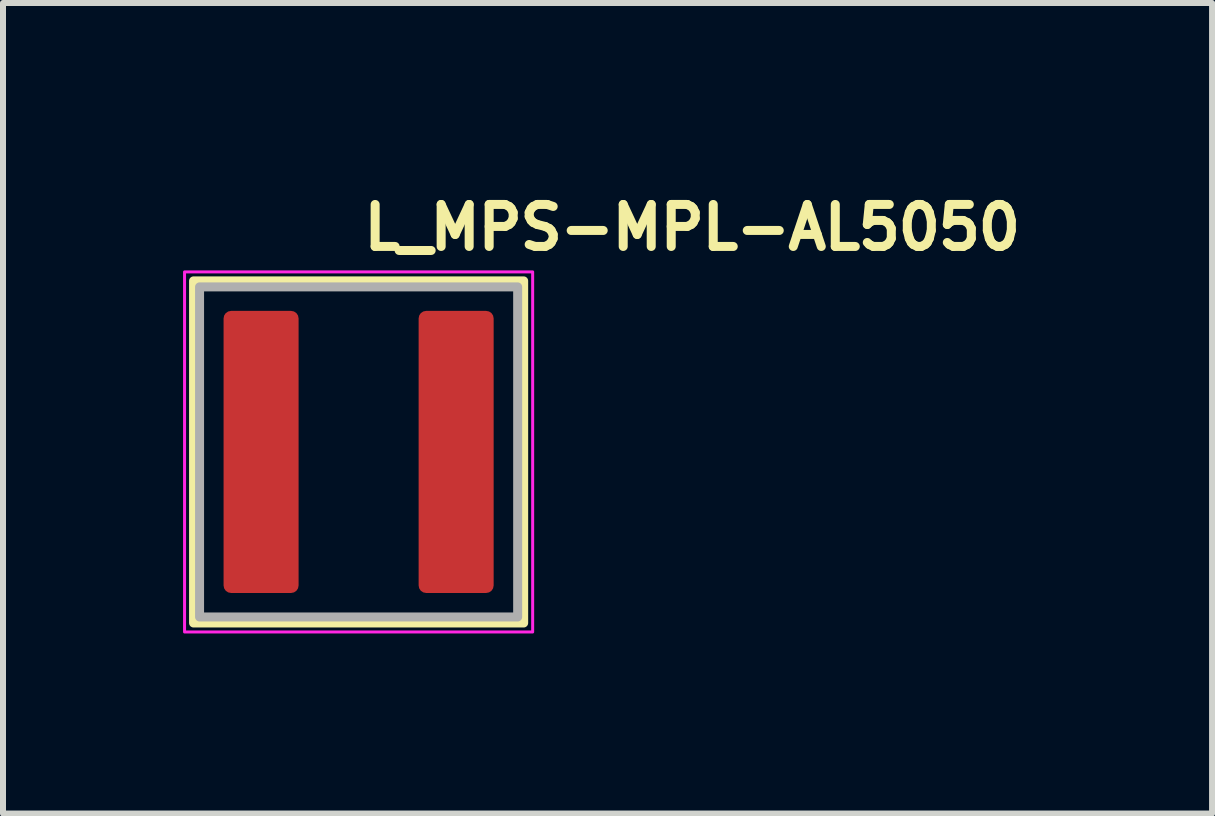
<source format=kicad_pcb>
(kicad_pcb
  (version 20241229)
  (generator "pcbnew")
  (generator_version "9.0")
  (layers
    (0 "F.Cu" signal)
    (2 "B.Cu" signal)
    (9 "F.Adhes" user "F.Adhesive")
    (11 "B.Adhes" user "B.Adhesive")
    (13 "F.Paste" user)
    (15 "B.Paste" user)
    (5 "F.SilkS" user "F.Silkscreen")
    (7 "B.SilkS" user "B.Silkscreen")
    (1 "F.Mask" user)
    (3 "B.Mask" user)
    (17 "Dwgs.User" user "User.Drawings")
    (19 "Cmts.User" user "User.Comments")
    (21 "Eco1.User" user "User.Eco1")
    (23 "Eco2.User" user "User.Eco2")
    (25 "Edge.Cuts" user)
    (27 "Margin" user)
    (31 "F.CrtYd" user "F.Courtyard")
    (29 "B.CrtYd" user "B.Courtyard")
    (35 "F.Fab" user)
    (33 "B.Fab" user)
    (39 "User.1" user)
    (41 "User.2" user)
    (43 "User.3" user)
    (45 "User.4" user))
  (footprint "L_MPS-MPL-AL5050"
    (layer "F.Cu")
    (at 2.925 4.48)
    (property "Reference" "L_MPS-MPL-AL5050" (at 0.01 -3.33 0) (layer "F.SilkS") (effects (font (size 0.7 0.7) (thickness 0.15)) (justify left bottom)))
    (attr smd)
    (fp_rect (start -2.75 -2.85) (end 2.75 2.85) (stroke (width 0.15) (type solid)) (fill no) (layer "F.SilkS"))
    (fp_rect (start -2.9 -3) (end 2.9 3) (stroke (width 0.05) (type solid)) (fill no) (layer "F.CrtYd"))
    (fp_rect (start -2.65 -2.75) (end 2.65 2.75) (stroke (width 0.15) (type solid)) (fill no) (layer "F.Fab"))
    (fp_rect (start -2.65 -2.75) (end 2.65 2.75) (stroke (width 0.1) (type solid)) (fill no) (layer "User.5"))
    (fp_line (start -2.65 -2.549) (end -2.65 2.549) (stroke (width 0.02) (type solid)) (layer "User.9"))
    (fp_line (start -2.65 2.549) (end -2.649 2.559) (stroke (width 0.02) (type solid)) (layer "User.9"))
    (fp_line (start -2.649 -2.569) (end -2.649 -2.559) (stroke (width 0.02) (type solid)) (layer "User.9"))
    (fp_line (start -2.649 -2.559) (end -2.65 -2.549) (stroke (width 0.02) (type solid)) (layer "User.9"))
    (fp_line (start -2.649 2.559) (end -2.649 2.569) (stroke (width 0.02) (type solid)) (layer "User.9"))
    (fp_line (start -2.649 2.569) (end -2.647 2.579) (stroke (width 0.02) (type solid)) (layer "User.9"))
    (fp_line (start -2.647 -2.579) (end -2.649 -2.569) (stroke (width 0.02) (type solid)) (layer "User.9"))
    (fp_line (start -2.647 2.579) (end -2.645 2.589) (stroke (width 0.02) (type solid)) (layer "User.9"))
    (fp_line (start -2.645 -2.589) (end -2.647 -2.579) (stroke (width 0.02) (type solid)) (layer "User.9"))
    (fp_line (start -2.645 2.589) (end -2.642 2.598) (stroke (width 0.02) (type solid)) (layer "User.9"))
    (fp_line (start -2.642 -2.598) (end -2.645 -2.589) (stroke (width 0.02) (type solid)) (layer "User.9"))
    (fp_line (start -2.642 2.598) (end -2.641 2.608) (stroke (width 0.02) (type solid)) (layer "User.9"))
    (fp_line (start -2.641 -2.608) (end -2.642 -2.598) (stroke (width 0.02) (type solid)) (layer "User.9"))
    (fp_line (start -2.641 2.608) (end -2.637 2.617) (stroke (width 0.02) (type solid)) (layer "User.9"))
    (fp_line (start -2.637 -2.617) (end -2.641 -2.608) (stroke (width 0.02) (type solid)) (layer "User.9"))
    (fp_line (start -2.637 2.617) (end -2.633 2.626) (stroke (width 0.02) (type solid)) (layer "User.9"))
    (fp_line (start -2.633 -2.626) (end -2.637 -2.617) (stroke (width 0.02) (type solid)) (layer "User.9"))
    (fp_line (start -2.633 2.626) (end -2.629 2.634) (stroke (width 0.02) (type solid)) (layer "User.9"))
    (fp_line (start -2.629 -2.634) (end -2.633 -2.626) (stroke (width 0.02) (type solid)) (layer "User.9"))
    (fp_line (start -2.629 2.634) (end -2.625 2.644) (stroke (width 0.02) (type solid)) (layer "User.9"))
    (fp_line (start -2.625 -2.644) (end -2.629 -2.634) (stroke (width 0.02) (type solid)) (layer "User.9"))
    (fp_line (start -2.625 2.644) (end -2.621 2.652) (stroke (width 0.02) (type solid)) (layer "User.9"))
    (fp_line (start -2.621 -2.652) (end -2.625 -2.644) (stroke (width 0.02) (type solid)) (layer "User.9"))
    (fp_line (start -2.621 2.652) (end -2.616 2.66) (stroke (width 0.02) (type solid)) (layer "User.9"))
    (fp_line (start -2.616 -2.66) (end -2.621 -2.652) (stroke (width 0.02) (type solid)) (layer "User.9"))
    (fp_line (start -2.616 2.66) (end -2.609 2.668) (stroke (width 0.02) (type solid)) (layer "User.9"))
    (fp_line (start -2.609 -2.668) (end -2.616 -2.66) (stroke (width 0.02) (type solid)) (layer "User.9"))
    (fp_line (start -2.609 2.668) (end -2.604 2.676) (stroke (width 0.02) (type solid)) (layer "User.9"))
    (fp_line (start -2.604 -2.676) (end -2.609 -2.668) (stroke (width 0.02) (type solid)) (layer "User.9"))
    (fp_line (start -2.604 2.676) (end -2.597 2.684) (stroke (width 0.02) (type solid)) (layer "User.9"))
    (fp_line (start -2.597 -2.684) (end -2.604 -2.676) (stroke (width 0.02) (type solid)) (layer "User.9"))
    (fp_line (start -2.597 2.684) (end -2.591 2.691) (stroke (width 0.02) (type solid)) (layer "User.9"))
    (fp_line (start -2.591 -2.691) (end -2.597 -2.684) (stroke (width 0.02) (type solid)) (layer "User.9"))
    (fp_line (start -2.591 -2.691) (end -2.591 -2.691) (stroke (width 0.02) (type solid)) (layer "User.9"))
    (fp_line (start -2.591 2.691) (end -2.591 2.691) (stroke (width 0.02) (type solid)) (layer "User.9"))
    (fp_line (start -2.591 2.691) (end -2.584 2.698) (stroke (width 0.02) (type solid)) (layer "User.9"))
    (fp_line (start -2.584 -2.698) (end -2.591 -2.691) (stroke (width 0.02) (type solid)) (layer "User.9"))
    (fp_line (start -2.584 2.698) (end -2.576 2.704) (stroke (width 0.02) (type solid)) (layer "User.9"))
    (fp_line (start -2.576 -2.704) (end -2.584 -2.698) (stroke (width 0.02) (type solid)) (layer "User.9"))
    (fp_line (start -2.576 2.704) (end -2.568 2.71) (stroke (width 0.02) (type solid)) (layer "User.9"))
    (fp_line (start -2.568 -2.71) (end -2.576 -2.704) (stroke (width 0.02) (type solid)) (layer "User.9"))
    (fp_line (start -2.568 2.71) (end -2.56 2.716) (stroke (width 0.02) (type solid)) (layer "User.9"))
    (fp_line (start -2.56 -2.716) (end -2.568 -2.71) (stroke (width 0.02) (type solid)) (layer "User.9"))
    (fp_line (start -2.56 2.716) (end -2.552 2.721) (stroke (width 0.02) (type solid)) (layer "User.9"))
    (fp_line (start -2.552 -2.721) (end -2.56 -2.716) (stroke (width 0.02) (type solid)) (layer "User.9"))
    (fp_line (start -2.552 2.721) (end -2.544 2.726) (stroke (width 0.02) (type solid)) (layer "User.9"))
    (fp_line (start -2.544 -2.726) (end -2.552 -2.721) (stroke (width 0.02) (type solid)) (layer "User.9"))
    (fp_line (start -2.544 2.726) (end -2.535 2.73) (stroke (width 0.02) (type solid)) (layer "User.9"))
    (fp_line (start -2.535 -2.73) (end -2.544 -2.726) (stroke (width 0.02) (type solid)) (layer "User.9"))
    (fp_line (start -2.535 2.73) (end -2.525 2.734) (stroke (width 0.02) (type solid)) (layer "User.9"))
    (fp_line (start -2.525 -2.734) (end -2.535 -2.73) (stroke (width 0.02) (type solid)) (layer "User.9"))
    (fp_line (start -2.525 2.734) (end -2.516 2.738) (stroke (width 0.02) (type solid)) (layer "User.9"))
    (fp_line (start -2.516 -2.738) (end -2.525 -2.734) (stroke (width 0.02) (type solid)) (layer "User.9"))
    (fp_line (start -2.516 2.738) (end -2.508 2.741) (stroke (width 0.02) (type solid)) (layer "User.9"))
    (fp_line (start -2.508 -2.741) (end -2.516 -2.738) (stroke (width 0.02) (type solid)) (layer "User.9"))
    (fp_line (start -2.508 2.741) (end -2.498 2.743) (stroke (width 0.02) (type solid)) (layer "User.9"))
    (fp_line (start -2.498 -2.743) (end -2.508 -2.741) (stroke (width 0.02) (type solid)) (layer "User.9"))
    (fp_line (start -2.498 2.743) (end -2.488 2.746) (stroke (width 0.02) (type solid)) (layer "User.9"))
    (fp_line (start -2.488 -2.746) (end -2.498 -2.743) (stroke (width 0.02) (type solid)) (layer "User.9"))
    (fp_line (start -2.488 2.746) (end -2.479 2.747) (stroke (width 0.02) (type solid)) (layer "User.9"))
    (fp_line (start -2.479 -2.747) (end -2.488 -2.746) (stroke (width 0.02) (type solid)) (layer "User.9"))
    (fp_line (start -2.479 2.747) (end -2.468 2.749) (stroke (width 0.02) (type solid)) (layer "User.9"))
    (fp_line (start -2.468 -2.749) (end -2.479 -2.747) (stroke (width 0.02) (type solid)) (layer "User.9"))
    (fp_line (start -2.468 2.749) (end -2.459 2.749) (stroke (width 0.02) (type solid)) (layer "User.9"))
    (fp_line (start -2.459 -2.749) (end -2.468 -2.749) (stroke (width 0.02) (type solid)) (layer "User.9"))
    (fp_line (start -2.459 2.749) (end -2.45 2.75) (stroke (width 0.02) (type solid)) (layer "User.9"))
    (fp_line (start -2.45 -2.75) (end -2.459 -2.749) (stroke (width 0.02) (type solid)) (layer "User.9"))
    (fp_line (start -2.45 2.75) (end 2.45 2.75) (stroke (width 0.02) (type solid)) (layer "User.9"))
    (fp_line (start 2.45 -2.75) (end -2.45 -2.75) (stroke (width 0.02) (type solid)) (layer "User.9"))
    (fp_line (start 2.45 2.75) (end 2.458 2.749) (stroke (width 0.02) (type solid)) (layer "User.9"))
    (fp_line (start 2.458 -2.749) (end 2.45 -2.75) (stroke (width 0.02) (type solid)) (layer "User.9"))
    (fp_line (start 2.458 2.749) (end 2.468 2.749) (stroke (width 0.02) (type solid)) (layer "User.9"))
    (fp_line (start 2.468 -2.749) (end 2.458 -2.749) (stroke (width 0.02) (type solid)) (layer "User.9"))
    (fp_line (start 2.468 2.749) (end 2.479 2.747) (stroke (width 0.02) (type solid)) (layer "User.9"))
    (fp_line (start 2.479 -2.747) (end 2.468 -2.749) (stroke (width 0.02) (type solid)) (layer "User.9"))
    (fp_line (start 2.479 2.747) (end 2.489 2.746) (stroke (width 0.02) (type solid)) (layer "User.9"))
    (fp_line (start 2.489 -2.746) (end 2.479 -2.747) (stroke (width 0.02) (type solid)) (layer "User.9"))
    (fp_line (start 2.489 2.746) (end 2.498 2.743) (stroke (width 0.02) (type solid)) (layer "User.9"))
    (fp_line (start 2.498 -2.743) (end 2.489 -2.746) (stroke (width 0.02) (type solid)) (layer "User.9"))
    (fp_line (start 2.498 2.743) (end 2.508 2.741) (stroke (width 0.02) (type solid)) (layer "User.9"))
    (fp_line (start 2.508 -2.741) (end 2.498 -2.743) (stroke (width 0.02) (type solid)) (layer "User.9"))
    (fp_line (start 2.508 2.741) (end 2.516 2.738) (stroke (width 0.02) (type solid)) (layer "User.9"))
    (fp_line (start 2.516 -2.738) (end 2.508 -2.741) (stroke (width 0.02) (type solid)) (layer "User.9"))
    (fp_line (start 2.516 2.738) (end 2.525 2.734) (stroke (width 0.02) (type solid)) (layer "User.9"))
    (fp_line (start 2.525 -2.734) (end 2.516 -2.738) (stroke (width 0.02) (type solid)) (layer "User.9"))
    (fp_line (start 2.525 2.734) (end 2.535 2.73) (stroke (width 0.02) (type solid)) (layer "User.9"))
    (fp_line (start 2.535 -2.73) (end 2.525 -2.734) (stroke (width 0.02) (type solid)) (layer "User.9"))
    (fp_line (start 2.535 2.73) (end 2.543 2.726) (stroke (width 0.02) (type solid)) (layer "User.9"))
    (fp_line (start 2.543 -2.726) (end 2.535 -2.73) (stroke (width 0.02) (type solid)) (layer "User.9"))
    (fp_line (start 2.543 2.726) (end 2.551 2.721) (stroke (width 0.02) (type solid)) (layer "User.9"))
    (fp_line (start 2.551 -2.721) (end 2.543 -2.726) (stroke (width 0.02) (type solid)) (layer "User.9"))
    (fp_line (start 2.551 2.721) (end 2.559 2.716) (stroke (width 0.02) (type solid)) (layer "User.9"))
    (fp_line (start 2.559 -2.716) (end 2.551 -2.721) (stroke (width 0.02) (type solid)) (layer "User.9"))
    (fp_line (start 2.559 2.716) (end 2.567 2.71) (stroke (width 0.02) (type solid)) (layer "User.9"))
    (fp_line (start 2.567 -2.71) (end 2.559 -2.716) (stroke (width 0.02) (type solid)) (layer "User.9"))
    (fp_line (start 2.567 2.71) (end 2.575 2.704) (stroke (width 0.02) (type solid)) (layer "User.9"))
    (fp_line (start 2.575 -2.704) (end 2.567 -2.71) (stroke (width 0.02) (type solid)) (layer "User.9"))
    (fp_line (start 2.575 2.704) (end 2.583 2.698) (stroke (width 0.02) (type solid)) (layer "User.9"))
    (fp_line (start 2.583 -2.698) (end 2.575 -2.704) (stroke (width 0.02) (type solid)) (layer "User.9"))
    (fp_line (start 2.583 2.698) (end 2.591 2.691) (stroke (width 0.02) (type solid)) (layer "User.9"))
    (fp_line (start 2.591 -2.691) (end 2.583 -2.698) (stroke (width 0.02) (type solid)) (layer "User.9"))
    (fp_line (start 2.591 -2.691) (end 2.591 -2.691) (stroke (width 0.02) (type solid)) (layer "User.9"))
    (fp_line (start 2.591 2.691) (end 2.591 2.691) (stroke (width 0.02) (type solid)) (layer "User.9"))
    (fp_line (start 2.591 2.691) (end 2.598 2.684) (stroke (width 0.02) (type solid)) (layer "User.9"))
    (fp_line (start 2.598 -2.684) (end 2.591 -2.691) (stroke (width 0.02) (type solid)) (layer "User.9"))
    (fp_line (start 2.598 2.684) (end 2.604 2.676) (stroke (width 0.02) (type solid)) (layer "User.9"))
    (fp_line (start 2.604 -2.676) (end 2.598 -2.684) (stroke (width 0.02) (type solid)) (layer "User.9"))
    (fp_line (start 2.604 2.676) (end 2.609 2.668) (stroke (width 0.02) (type solid)) (layer "User.9"))
    (fp_line (start 2.609 -2.668) (end 2.604 -2.676) (stroke (width 0.02) (type solid)) (layer "User.9"))
    (fp_line (start 2.609 2.668) (end 2.615 2.66) (stroke (width 0.02) (type solid)) (layer "User.9"))
    (fp_line (start 2.615 -2.66) (end 2.609 -2.668) (stroke (width 0.02) (type solid)) (layer "User.9"))
    (fp_line (start 2.615 2.66) (end 2.621 2.652) (stroke (width 0.02) (type solid)) (layer "User.9"))
    (fp_line (start 2.621 -2.652) (end 2.615 -2.66) (stroke (width 0.02) (type solid)) (layer "User.9"))
    (fp_line (start 2.621 2.652) (end 2.625 2.644) (stroke (width 0.02) (type solid)) (layer "User.9"))
    (fp_line (start 2.625 -2.644) (end 2.621 -2.652) (stroke (width 0.02) (type solid)) (layer "User.9"))
    (fp_line (start 2.625 2.644) (end 2.63 2.634) (stroke (width 0.02) (type solid)) (layer "User.9"))
    (fp_line (start 2.63 -2.634) (end 2.625 -2.644) (stroke (width 0.02) (type solid)) (layer "User.9"))
    (fp_line (start 2.63 2.634) (end 2.634 2.626) (stroke (width 0.02) (type solid)) (layer "User.9"))
    (fp_line (start 2.634 -2.626) (end 2.63 -2.634) (stroke (width 0.02) (type solid)) (layer "User.9"))
    (fp_line (start 2.634 2.626) (end 2.638 2.617) (stroke (width 0.02) (type solid)) (layer "User.9"))
    (fp_line (start 2.638 -2.617) (end 2.634 -2.626) (stroke (width 0.02) (type solid)) (layer "User.9"))
    (fp_line (start 2.638 2.617) (end 2.641 2.608) (stroke (width 0.02) (type solid)) (layer "User.9"))
    (fp_line (start 2.641 -2.608) (end 2.638 -2.617) (stroke (width 0.02) (type solid)) (layer "User.9"))
    (fp_line (start 2.641 2.608) (end 2.642 2.598) (stroke (width 0.02) (type solid)) (layer "User.9"))
    (fp_line (start 2.642 -2.598) (end 2.641 -2.608) (stroke (width 0.02) (type solid)) (layer "User.9"))
    (fp_line (start 2.642 2.598) (end 2.646 2.589) (stroke (width 0.02) (type solid)) (layer "User.9"))
    (fp_line (start 2.646 -2.589) (end 2.642 -2.598) (stroke (width 0.02) (type solid)) (layer "User.9"))
    (fp_line (start 2.646 2.589) (end 2.647 2.579) (stroke (width 0.02) (type solid)) (layer "User.9"))
    (fp_line (start 2.647 -2.579) (end 2.646 -2.589) (stroke (width 0.02) (type solid)) (layer "User.9"))
    (fp_line (start 2.647 2.579) (end 2.649 2.569) (stroke (width 0.02) (type solid)) (layer "User.9"))
    (fp_line (start 2.649 -2.569) (end 2.647 -2.579) (stroke (width 0.02) (type solid)) (layer "User.9"))
    (fp_line (start 2.649 -2.559) (end 2.649 -2.569) (stroke (width 0.02) (type solid)) (layer "User.9"))
    (fp_line (start 2.649 2.559) (end 2.65 2.549) (stroke (width 0.02) (type solid)) (layer "User.9"))
    (fp_line (start 2.649 2.569) (end 2.649 2.559) (stroke (width 0.02) (type solid)) (layer "User.9"))
    (fp_line (start 2.65 -2.549) (end 2.649 -2.559) (stroke (width 0.02) (type solid)) (layer "User.9"))
    (fp_line (start 2.65 2.549) (end 2.65 -2.549) (stroke (width 0.02) (type solid)) (layer "User.9"))
    (pad "1" smd roundrect (at -1.625 0) (size 1.25 4.7) (layers "F.Cu" "F.Mask" "F.Paste") (roundrect_rratio 0.1))
    (pad "2" smd roundrect (at 1.625 0) (size 1.25 4.7) (layers "F.Cu" "F.Mask" "F.Paste") (roundrect_rratio 0.1)))
  (gr_rect
    (start -3 -3)
    (end 17.145 10.505)
    (stroke (width 0.1) (type default))
    (fill no)
    (layer "Edge.Cuts")))
</source>
